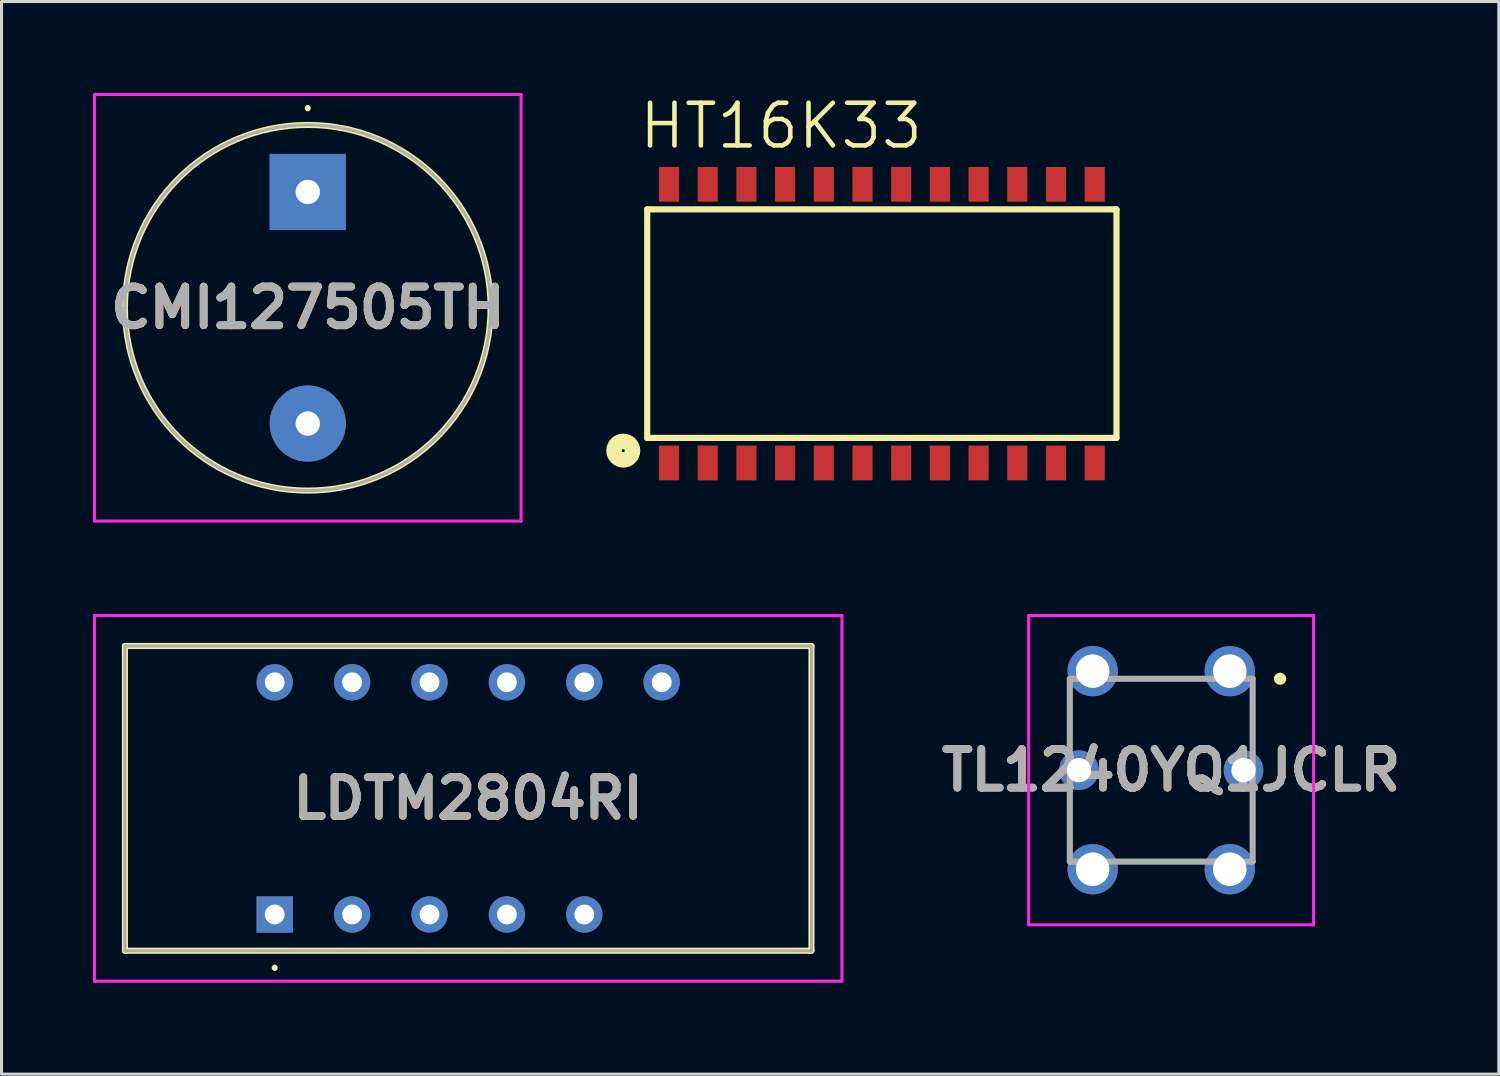
<source format=kicad_pcb>
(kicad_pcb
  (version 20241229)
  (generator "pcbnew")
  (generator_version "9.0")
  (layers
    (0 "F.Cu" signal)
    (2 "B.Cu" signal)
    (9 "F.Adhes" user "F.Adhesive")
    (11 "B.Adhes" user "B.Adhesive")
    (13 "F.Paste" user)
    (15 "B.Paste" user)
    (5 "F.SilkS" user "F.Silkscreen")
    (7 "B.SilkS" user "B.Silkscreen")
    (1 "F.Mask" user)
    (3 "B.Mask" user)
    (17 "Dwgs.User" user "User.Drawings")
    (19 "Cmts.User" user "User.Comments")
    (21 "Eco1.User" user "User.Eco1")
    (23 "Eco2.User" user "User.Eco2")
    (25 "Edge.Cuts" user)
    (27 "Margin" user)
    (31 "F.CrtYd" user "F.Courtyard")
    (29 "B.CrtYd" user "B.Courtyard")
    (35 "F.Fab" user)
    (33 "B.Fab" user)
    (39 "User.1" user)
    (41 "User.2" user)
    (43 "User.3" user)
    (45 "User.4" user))
  (footprint "CMI127505TH"
    (layer "F.Cu")
    (at 7.05 3.25)
    (property "Reference" "CMI127505TH" (at 0 3.8 0) (layer "F.SilkS") (effects (font (size 1.27 1.27) (thickness 0.254))))
    (attr through_hole)
    (fp_line (start -6 3.8) (end -6 3.8) (stroke (width 0.2) (type solid)) (layer "F.SilkS"))
    (fp_line (start 0 -2.8) (end 0 -2.8) (stroke (width 0.1) (type solid)) (layer "F.SilkS"))
    (fp_line (start 0 -2.7) (end 0 -2.7) (stroke (width 0.1) (type solid)) (layer "F.SilkS"))
    (fp_line (start 6 3.8) (end 6 3.8) (stroke (width 0.2) (type solid)) (layer "F.SilkS"))
    (fp_arc (start -6 3.8) (mid 0 -2.2) (end 6 3.8) (stroke (width 0.2) (type solid)) (layer "F.SilkS"))
    (fp_arc (start 0 -2.8) (mid 0.05 -2.75) (end 0 -2.7) (stroke (width 0.1) (type solid)) (layer "F.SilkS"))
    (fp_arc (start 0 -2.7) (mid -0.05 -2.75) (end 0 -2.8) (stroke (width 0.1) (type solid)) (layer "F.SilkS"))
    (fp_arc (start 6 3.8) (mid 0 9.8) (end -6 3.8) (stroke (width 0.2) (type solid)) (layer "F.SilkS"))
    (fp_line (start -7 -3.2) (end 7 -3.2) (stroke (width 0.1) (type solid)) (layer "F.CrtYd"))
    (fp_line (start -7 10.8) (end -7 -3.2) (stroke (width 0.1) (type solid)) (layer "F.CrtYd"))
    (fp_line (start 7 -3.2) (end 7 10.8) (stroke (width 0.1) (type solid)) (layer "F.CrtYd"))
    (fp_line (start 7 10.8) (end -7 10.8) (stroke (width 0.1) (type solid)) (layer "F.CrtYd"))
    (fp_line (start -6 3.8) (end -6 3.8) (stroke (width 0.1) (type solid)) (layer "F.Fab"))
    (fp_line (start 6 3.8) (end 6 3.8) (stroke (width 0.1) (type solid)) (layer "F.Fab"))
    (fp_arc (start -6 3.8) (mid 0 -2.2) (end 6 3.8) (stroke (width 0.1) (type solid)) (layer "F.Fab"))
    (fp_arc (start 6 3.8) (mid 0 9.8) (end -6 3.8) (stroke (width 0.1) (type solid)) (layer "F.Fab"))
    (fp_text user "${REFERENCE}" (at 0 3.8 0) (layer "F.Fab") (effects (font (size 1.27 1.27) (thickness 0.254))))
    (pad "1" thru_hole rect (at 0 0) (size 2.5 2.5) (drill 0.8) (layers "*.Cu" "*.Mask"))
    (pad "2" thru_hole circle (at 0 7.6) (size 2.5 2.5) (drill 0.8) (layers "*.Cu" "*.Mask")))
  (footprint "TL1240YQ1JCLR"
    (layer "F.Cu")
    (at 35.058 22.225)
    (property "Reference" "TL1240YQ1JCLR" (at 0.325 0 0) (layer "F.SilkS") (effects (font (size 1.27 1.27) (thickness 0.254))))
    (attr through_hole)
    (fp_line (start -3 -2) (end -3 -1) (stroke (width 0.1) (type solid)) (layer "F.SilkS"))
    (fp_line (start -3 1) (end -3 2) (stroke (width 0.1) (type solid)) (layer "F.SilkS"))
    (fp_line (start -1 -3) (end 1 -3) (stroke (width 0.1) (type solid)) (layer "F.SilkS"))
    (fp_line (start -1 3) (end 1 3) (stroke (width 0.1) (type solid)) (layer "F.SilkS"))
    (fp_line (start 3 -2) (end 3 -1) (stroke (width 0.1) (type solid)) (layer "F.SilkS"))
    (fp_line (start 3 1) (end 3 2) (stroke (width 0.1) (type solid)) (layer "F.SilkS"))
    (fp_line (start 3.8 -3) (end 3.8 -3) (stroke (width 0.2) (type solid)) (layer "F.SilkS"))
    (fp_line (start 4 -3) (end 4 -3) (stroke (width 0.2) (type solid)) (layer "F.SilkS"))
    (fp_arc (start 3.8 -3) (mid 3.9 -3.1) (end 4 -3) (stroke (width 0.2) (type solid)) (layer "F.SilkS"))
    (fp_arc (start 4 -3) (mid 3.9 -2.9) (end 3.8 -3) (stroke (width 0.2) (type solid)) (layer "F.SilkS"))
    (fp_line (start -4.35 -5.075) (end 5 -5.075) (stroke (width 0.1) (type solid)) (layer "F.CrtYd"))
    (fp_line (start -4.35 5.075) (end -4.35 -5.075) (stroke (width 0.1) (type solid)) (layer "F.CrtYd"))
    (fp_line (start 5 -5.075) (end 5 5.075) (stroke (width 0.1) (type solid)) (layer "F.CrtYd"))
    (fp_line (start 5 5.075) (end -4.35 5.075) (stroke (width 0.1) (type solid)) (layer "F.CrtYd"))
    (fp_line (start -3 -3) (end 3 -3) (stroke (width 0.2) (type solid)) (layer "F.Fab"))
    (fp_line (start -3 3) (end -3 -3) (stroke (width 0.2) (type solid)) (layer "F.Fab"))
    (fp_line (start 3 -3) (end 3 3) (stroke (width 0.2) (type solid)) (layer "F.Fab"))
    (fp_line (start 3 3) (end -3 3) (stroke (width 0.2) (type solid)) (layer "F.Fab"))
    (fp_text user "${REFERENCE}" (at 0.325 0 0) (layer "F.Fab") (effects (font (size 1.27 1.27) (thickness 0.254))))
    (pad "1" thru_hole circle (at 2.25 -3.25) (size 1.65 1.65) (drill 1.1) (layers "*.Cu" "*.Mask"))
    (pad "2" thru_hole circle (at 2.25 3.25) (size 1.65 1.65) (drill 1.1) (layers "*.Cu" "*.Mask"))
    (pad "3" thru_hole circle (at -2.25 -3.25) (size 1.65 1.65) (drill 1.1) (layers "*.Cu" "*.Mask"))
    (pad "4" thru_hole circle (at -2.25 3.25) (size 1.65 1.65) (drill 1.1) (layers "*.Cu" "*.Mask"))
    (pad "5" thru_hole circle (at -2.7 0) (size 1.3 1.3) (drill 0.8) (layers "*.Cu" "*.Mask"))
    (pad "6" thru_hole circle (at 2.7 0) (size 1.3 1.3) (drill 0.8) (layers "*.Cu" "*.Mask")))
  (footprint "HT16K33"
    (layer "F.Cu")
    (at 25.889 7.571)
    (property "Reference" "HT16K33" (at -3.305 -6.489 0) (layer "F.SilkS") (effects (font (size 1.4 1.4) (thickness 0.15))))
    (attr smd)
    (fp_line (start -7.7 -3.75) (end 7.7 -3.75) (stroke (width 0.203) (type solid)) (layer "F.SilkS"))
    (fp_line (start -7.7 3.75) (end -7.7 -3.75) (stroke (width 0.203) (type solid)) (layer "F.SilkS"))
    (fp_line (start 7.7 -3.75) (end 7.7 3.75) (stroke (width 0.203) (type solid)) (layer "F.SilkS"))
    (fp_line (start 7.7 3.75) (end -7.7 3.75) (stroke (width 0.203) (type solid)) (layer "F.SilkS"))
    (fp_circle (center -8.485 4.167) (end -8.435 4.167) (stroke (width 0.508) (type solid)) (fill no) (layer "F.SilkS"))
    (pad "1" smd rect (at -6.985 4.572) (size 0.66 1.143) (layers "F.Cu" "F.Mask" "F.Paste"))
    (pad "2" smd rect (at -5.715 4.572) (size 0.66 1.143) (layers "F.Cu" "F.Mask" "F.Paste"))
    (pad "3" smd rect (at -4.445 4.572) (size 0.66 1.143) (layers "F.Cu" "F.Mask" "F.Paste"))
    (pad "4" smd rect (at -3.175 4.572) (size 0.66 1.143) (layers "F.Cu" "F.Mask" "F.Paste"))
    (pad "5" smd rect (at -1.905 4.572) (size 0.66 1.143) (layers "F.Cu" "F.Mask" "F.Paste"))
    (pad "6" smd rect (at -0.635 4.572) (size 0.66 1.143) (layers "F.Cu" "F.Mask" "F.Paste"))
    (pad "7" smd rect (at 0.635 4.572) (size 0.66 1.143) (layers "F.Cu" "F.Mask" "F.Paste"))
    (pad "8" smd rect (at 1.905 4.572) (size 0.66 1.143) (layers "F.Cu" "F.Mask" "F.Paste"))
    (pad "9" smd rect (at 3.175 4.572) (size 0.66 1.143) (layers "F.Cu" "F.Mask" "F.Paste"))
    (pad "10" smd rect (at 4.445 4.572) (size 0.66 1.143) (layers "F.Cu" "F.Mask" "F.Paste"))
    (pad "11" smd rect (at 5.715 4.572) (size 0.66 1.143) (layers "F.Cu" "F.Mask" "F.Paste"))
    (pad "12" smd rect (at 6.985 4.572) (size 0.66 1.143) (layers "F.Cu" "F.Mask" "F.Paste"))
    (pad "13" smd rect (at 6.985 -4.572) (size 0.66 1.143) (layers "F.Cu" "F.Mask" "F.Paste"))
    (pad "14" smd rect (at 5.715 -4.572) (size 0.66 1.143) (layers "F.Cu" "F.Mask" "F.Paste"))
    (pad "15" smd rect (at 4.445 -4.572) (size 0.66 1.143) (layers "F.Cu" "F.Mask" "F.Paste"))
    (pad "16" smd rect (at 3.175 -4.572) (size 0.66 1.143) (layers "F.Cu" "F.Mask" "F.Paste"))
    (pad "17" smd rect (at 1.905 -4.572) (size 0.66 1.143) (layers "F.Cu" "F.Mask" "F.Paste"))
    (pad "18" smd rect (at 0.635 -4.572) (size 0.66 1.143) (layers "F.Cu" "F.Mask" "F.Paste"))
    (pad "19" smd rect (at -0.635 -4.572) (size 0.66 1.143) (layers "F.Cu" "F.Mask" "F.Paste"))
    (pad "20" smd rect (at -1.905 -4.572) (size 0.66 1.143) (layers "F.Cu" "F.Mask" "F.Paste"))
    (pad "21" smd rect (at -3.175 -4.572) (size 0.66 1.143) (layers "F.Cu" "F.Mask" "F.Paste"))
    (pad "22" smd rect (at -4.445 -4.572) (size 0.66 1.143) (layers "F.Cu" "F.Mask" "F.Paste"))
    (pad "23" smd rect (at -5.715 -4.572) (size 0.66 1.143) (layers "F.Cu" "F.Mask" "F.Paste"))
    (pad "24" smd rect (at -6.985 -4.572) (size 0.66 1.143) (layers "F.Cu" "F.Mask" "F.Paste")))
  (footprint "LDTM2804RI"
    (layer "F.Cu")
    (at 5.965 26.96)
    (property "Reference" "LDTM2804RI" (at 6.35 -3.81 0) (layer "F.SilkS") (effects (font (size 1.27 1.27) (thickness 0.254))))
    (attr through_hole)
    (fp_line (start -4.915 -8.81) (end 17.615 -8.81) (stroke (width 0.2) (type solid)) (layer "F.SilkS"))
    (fp_line (start -4.915 1.19) (end -4.915 -8.81) (stroke (width 0.2) (type solid)) (layer "F.SilkS"))
    (fp_line (start 0 1.7) (end 0 1.7) (stroke (width 0.1) (type solid)) (layer "F.SilkS"))
    (fp_line (start 0 1.8) (end 0 1.8) (stroke (width 0.1) (type solid)) (layer "F.SilkS"))
    (fp_line (start 17.615 -8.81) (end 17.615 1.19) (stroke (width 0.2) (type solid)) (layer "F.SilkS"))
    (fp_line (start 17.615 1.19) (end -4.915 1.19) (stroke (width 0.2) (type solid)) (layer "F.SilkS"))
    (fp_arc (start 0 1.7) (mid 0.05 1.75) (end 0 1.8) (stroke (width 0.1) (type solid)) (layer "F.SilkS"))
    (fp_arc (start 0 1.8) (mid -0.05 1.75) (end 0 1.7) (stroke (width 0.1) (type solid)) (layer "F.SilkS"))
    (fp_line (start -5.915 -9.81) (end 18.615 -9.81) (stroke (width 0.1) (type solid)) (layer "F.CrtYd"))
    (fp_line (start -5.915 2.19) (end -5.915 -9.81) (stroke (width 0.1) (type solid)) (layer "F.CrtYd"))
    (fp_line (start 18.615 -9.81) (end 18.615 2.19) (stroke (width 0.1) (type solid)) (layer "F.CrtYd"))
    (fp_line (start 18.615 2.19) (end -5.915 2.19) (stroke (width 0.1) (type solid)) (layer "F.CrtYd"))
    (fp_line (start -4.915 -8.81) (end 17.615 -8.81) (stroke (width 0.1) (type solid)) (layer "F.Fab"))
    (fp_line (start -4.915 1.19) (end -4.915 -8.81) (stroke (width 0.1) (type solid)) (layer "F.Fab"))
    (fp_line (start 17.615 -8.81) (end 17.615 1.19) (stroke (width 0.1) (type solid)) (layer "F.Fab"))
    (fp_line (start 17.615 1.19) (end -4.915 1.19) (stroke (width 0.1) (type solid)) (layer "F.Fab"))
    (fp_text user "${REFERENCE}" (at 6.35 -3.81 0) (layer "F.Fab") (effects (font (size 1.27 1.27) (thickness 0.254))))
    (pad "1" thru_hole rect (at 0 0) (size 1.192 1.192) (drill 0.65) (layers "*.Cu" "*.Mask"))
    (pad "2" thru_hole circle (at 2.54 0) (size 1.192 1.192) (drill 0.65) (layers "*.Cu" "*.Mask"))
    (pad "3" thru_hole circle (at 5.08 0) (size 1.192 1.192) (drill 0.65) (layers "*.Cu" "*.Mask"))
    (pad "4" thru_hole circle (at 7.62 0) (size 1.192 1.192) (drill 0.65) (layers "*.Cu" "*.Mask"))
    (pad "5" thru_hole circle (at 10.16 0) (size 1.192 1.192) (drill 0.65) (layers "*.Cu" "*.Mask"))
    (pad "7" thru_hole circle (at 12.7 -7.62) (size 1.192 1.192) (drill 0.65) (layers "*.Cu" "*.Mask"))
    (pad "8" thru_hole circle (at 10.16 -7.62) (size 1.192 1.192) (drill 0.65) (layers "*.Cu" "*.Mask"))
    (pad "9" thru_hole circle (at 7.62 -7.62) (size 1.192 1.192) (drill 0.65) (layers "*.Cu" "*.Mask"))
    (pad "10" thru_hole circle (at 5.08 -7.62) (size 1.192 1.192) (drill 0.65) (layers "*.Cu" "*.Mask"))
    (pad "11" thru_hole circle (at 2.54 -7.62) (size 1.192 1.192) (drill 0.65) (layers "*.Cu" "*.Mask"))
    (pad "12" thru_hole circle (at 0 -7.62) (size 1.192 1.192) (drill 0.65) (layers "*.Cu" "*.Mask")))
  (gr_rect
    (start -3 -3)
    (end 46.136 32.2)
    (stroke (width 0.1) (type default))
    (fill no)
    (layer "Edge.Cuts")))
</source>
